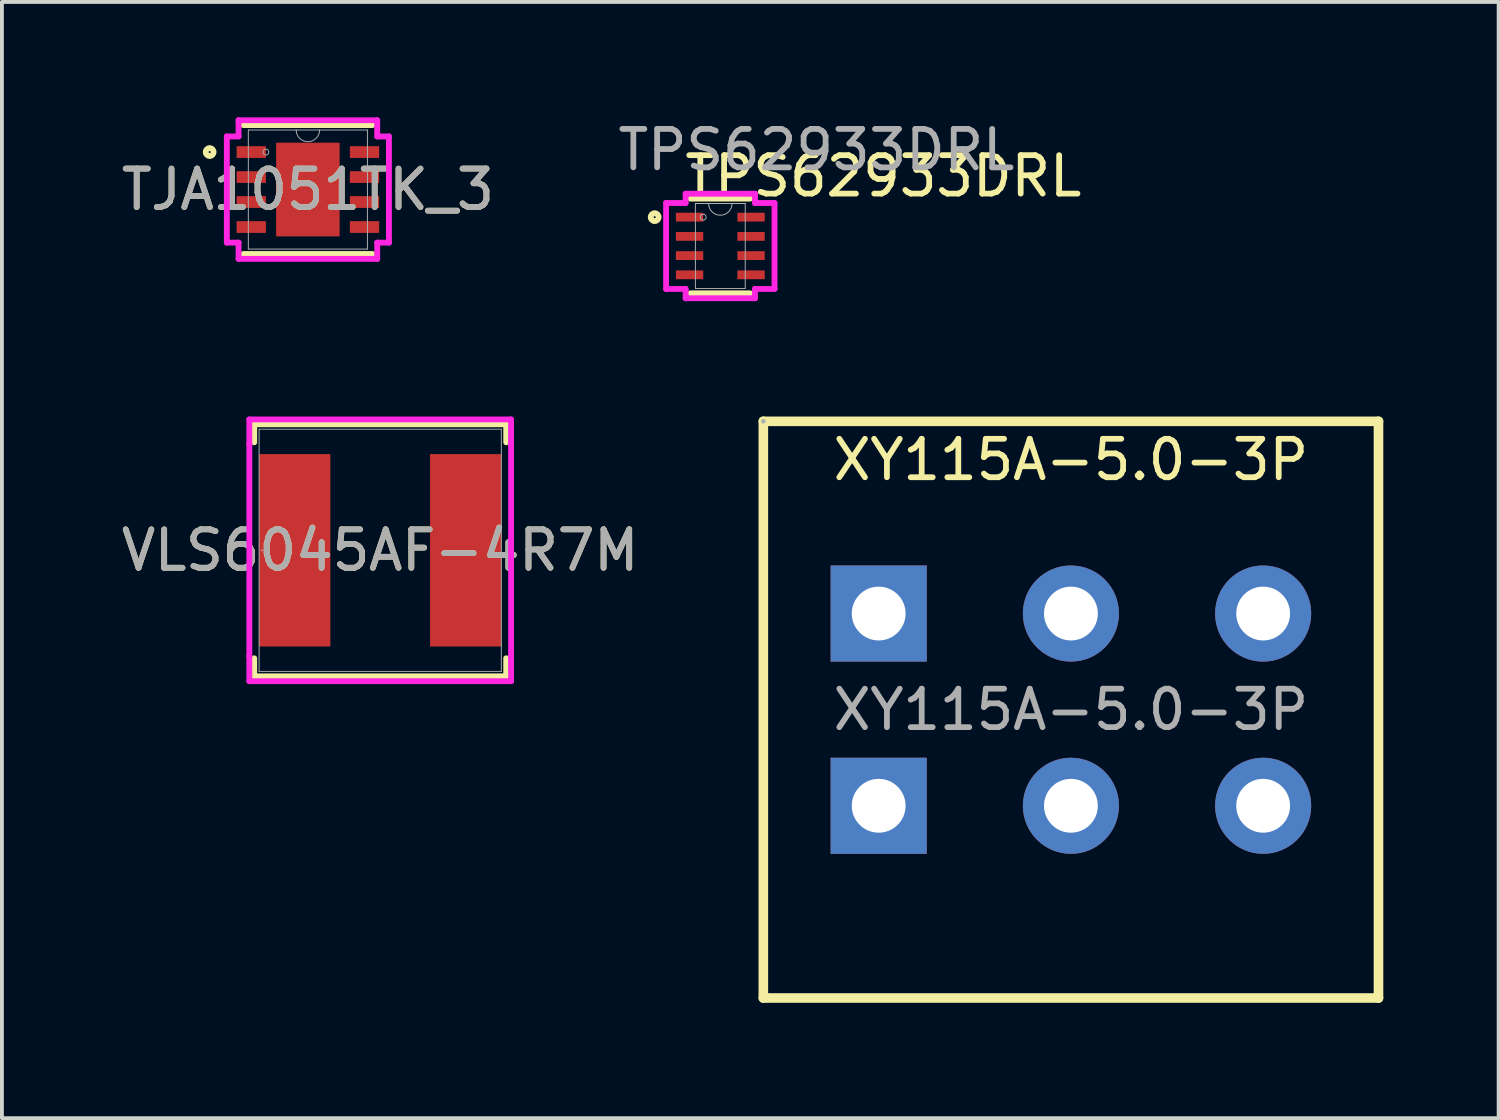
<source format=kicad_pcb>
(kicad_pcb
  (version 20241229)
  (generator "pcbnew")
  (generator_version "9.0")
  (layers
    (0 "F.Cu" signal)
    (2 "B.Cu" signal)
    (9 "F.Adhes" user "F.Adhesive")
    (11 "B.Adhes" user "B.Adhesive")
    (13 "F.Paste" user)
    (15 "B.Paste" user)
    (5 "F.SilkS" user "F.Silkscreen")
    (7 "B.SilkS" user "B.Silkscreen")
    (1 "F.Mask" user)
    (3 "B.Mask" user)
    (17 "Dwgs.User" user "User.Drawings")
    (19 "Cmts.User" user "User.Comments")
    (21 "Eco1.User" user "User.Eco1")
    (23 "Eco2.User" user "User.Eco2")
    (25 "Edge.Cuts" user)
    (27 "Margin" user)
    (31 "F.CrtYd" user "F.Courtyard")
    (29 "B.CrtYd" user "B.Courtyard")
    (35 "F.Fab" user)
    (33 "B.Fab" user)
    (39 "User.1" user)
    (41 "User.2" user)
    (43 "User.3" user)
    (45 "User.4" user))
  (footprint "TPS62933DRL"
    (layer "F.Cu")
    (at 15.685 3.348)
    (property "Reference" "TPS62933DRL" (at -1 -1.232 0) (unlocked yes) (layer "F.SilkS") (effects (font (size 1 1) (thickness 0.15)) (justify left bottom)))
    (attr smd)
    (fp_line (start -0.775 1.232) (end 0.775 1.232) (stroke (width 0.152) (type solid)) (layer "F.SilkS"))
    (fp_line (start 0.775 -1.232) (end -0.775 -1.232) (stroke (width 0.152) (type solid)) (layer "F.SilkS"))
    (fp_circle (center -1.707 -0.75) (end -1.605 -0.75) (stroke (width 0.152) (type solid)) (fill no) (layer "F.SilkS"))
    (fp_line (start -1.41 -1.118) (end -0.902 -1.118) (stroke (width 0.152) (type solid)) (layer "F.CrtYd"))
    (fp_line (start -1.41 1.118) (end -1.41 -1.118) (stroke (width 0.152) (type solid)) (layer "F.CrtYd"))
    (fp_line (start -1.41 1.118) (end -0.902 1.118) (stroke (width 0.152) (type solid)) (layer "F.CrtYd"))
    (fp_line (start -0.902 -1.359) (end 0.902 -1.359) (stroke (width 0.152) (type solid)) (layer "F.CrtYd"))
    (fp_line (start -0.902 -1.118) (end -0.902 -1.359) (stroke (width 0.152) (type solid)) (layer "F.CrtYd"))
    (fp_line (start -0.902 1.359) (end -0.902 1.118) (stroke (width 0.152) (type solid)) (layer "F.CrtYd"))
    (fp_line (start 0.902 -1.359) (end 0.902 -1.118) (stroke (width 0.152) (type solid)) (layer "F.CrtYd"))
    (fp_line (start 0.902 1.118) (end 0.902 1.359) (stroke (width 0.152) (type solid)) (layer "F.CrtYd"))
    (fp_line (start 0.902 1.359) (end -0.902 1.359) (stroke (width 0.152) (type solid)) (layer "F.CrtYd"))
    (fp_line (start 1.41 -1.118) (end 0.902 -1.118) (stroke (width 0.152) (type solid)) (layer "F.CrtYd"))
    (fp_line (start 1.41 -1.118) (end 1.41 1.118) (stroke (width 0.152) (type solid)) (layer "F.CrtYd"))
    (fp_line (start 1.41 1.118) (end 0.902 1.118) (stroke (width 0.152) (type solid)) (layer "F.CrtYd"))
    (fp_line (start -0.648 -1.105) (end -0.648 1.105) (stroke (width 0.025) (type solid)) (layer "F.Fab"))
    (fp_line (start -0.648 1.105) (end 0.648 1.105) (stroke (width 0.025) (type solid)) (layer "F.Fab"))
    (fp_line (start 0.648 -1.105) (end -0.648 -1.105) (stroke (width 0.025) (type solid)) (layer "F.Fab"))
    (fp_line (start 0.648 1.105) (end 0.648 -1.105) (stroke (width 0.025) (type solid)) (layer "F.Fab"))
    (fp_arc (start 0.3048 -1.1049) (mid 0 -0.8001) (end -0.3048 -1.1049) (stroke (width 0.0254) (type solid)) (layer "F.Fab"))
    (fp_circle (center -0.445 -0.75) (end -0.368 -0.75) (stroke (width 0.025) (type solid)) (fill no) (layer "F.Fab"))
    (fp_text user "${REFERENCE}" (at 2.5 -2.5 0) (unlocked yes) (layer "F.Fab") (effects (font (size 1 1) (thickness 0.15))))
    (pad "1" smd rect (at -0.8 -0.75) (size 0.711 0.229) (layers "F.Cu" "F.Mask" "F.Paste"))
    (pad "2" smd rect (at -0.8 -0.25) (size 0.711 0.229) (layers "F.Cu" "F.Mask" "F.Paste"))
    (pad "3" smd rect (at -0.8 0.25) (size 0.711 0.229) (layers "F.Cu" "F.Mask" "F.Paste"))
    (pad "4" smd rect (at -0.8 0.75) (size 0.711 0.229) (layers "F.Cu" "F.Mask" "F.Paste"))
    (pad "5" smd rect (at 0.8 0.75) (size 0.711 0.229) (layers "F.Cu" "F.Mask" "F.Paste"))
    (pad "6" smd rect (at 0.8 0.25) (size 0.711 0.229) (layers "F.Cu" "F.Mask" "F.Paste"))
    (pad "7" smd rect (at 0.8 -0.25) (size 0.711 0.229) (layers "F.Cu" "F.Mask" "F.Paste"))
    (pad "8" smd rect (at 0.8 -0.75) (size 0.711 0.229) (layers "F.Cu" "F.Mask" "F.Paste")))
  (footprint "XY115A-5.0-3P"
    (layer "F.Cu")
    (at 24.804 15.408)
    (property "Reference" "XY115A-5.0-3P" (at 0 -6.5 0) (layer "F.SilkS") (effects (font (size 1 1) (thickness 0.15))))
    (attr through_hole)
    (fp_line (start -8 -7.5) (end -8 7.5) (stroke (width 0.25) (type solid)) (layer "F.SilkS"))
    (fp_line (start -8 -7.5) (end 8 -7.5) (stroke (width 0.25) (type solid)) (layer "F.SilkS"))
    (fp_line (start -8 7.5) (end 8 7.5) (stroke (width 0.25) (type solid)) (layer "F.SilkS"))
    (fp_line (start 8 -7.5) (end 8 7.5) (stroke (width 0.25) (type solid)) (layer "F.SilkS"))
    (fp_circle (center -8 -7.5) (end -7.97 -7.5) (stroke (width 0.06) (type solid)) (fill no) (layer "F.Fab"))
    (fp_text user "${REFERENCE}" (at 0 0 0) (layer "F.Fab") (effects (font (size 1 1) (thickness 0.15))))
    (pad "1" thru_hole rect (at -5 -2.5) (size 2.5 2.5) (drill 1.4) (layers "*.Cu" "*.Mask"))
    (pad "1" thru_hole rect (at -5 2.5) (size 2.5 2.5) (drill 1.4) (layers "*.Cu" "*.Mask"))
    (pad "2" thru_hole circle (at 0 -2.5) (size 2.5 2.5) (drill 1.4) (layers "*.Cu" "*.Mask"))
    (pad "2" thru_hole circle (at 0 2.5) (size 2.5 2.5) (drill 1.4) (layers "*.Cu" "*.Mask"))
    (pad "3" thru_hole circle (at 5 -2.5) (size 2.5 2.5) (drill 1.4) (layers "*.Cu" "*.Mask"))
    (pad "3" thru_hole circle (at 5 2.5) (size 2.5 2.5) (drill 1.4) (layers "*.Cu" "*.Mask")))
  (footprint "TJA1051TK_3"
    (layer "F.Cu")
    (at 4.958 1.88)
    (property "Reference" "TJA1051TK_3" (at 0 0 0) (unlocked yes) (layer "F.SilkS") (effects (font (size 1 1) (thickness 0.15))))
    (attr smd)
    (fp_line (start -1.676 1.676) (end 1.676 1.676) (stroke (width 0.152) (type solid)) (layer "F.SilkS"))
    (fp_line (start 1.676 -1.676) (end -1.676 -1.676) (stroke (width 0.152) (type solid)) (layer "F.SilkS"))
    (fp_circle (center -2.555 -0.975) (end -2.453 -0.975) (stroke (width 0.152) (type solid)) (fill no) (layer "F.SilkS"))
    (fp_line (start -2.108 -1.381) (end -1.803 -1.381) (stroke (width 0.152) (type solid)) (layer "F.CrtYd"))
    (fp_line (start -2.108 1.381) (end -2.108 -1.381) (stroke (width 0.152) (type solid)) (layer "F.CrtYd"))
    (fp_line (start -2.108 1.381) (end -1.803 1.381) (stroke (width 0.152) (type solid)) (layer "F.CrtYd"))
    (fp_line (start -1.803 -1.803) (end 1.803 -1.803) (stroke (width 0.152) (type solid)) (layer "F.CrtYd"))
    (fp_line (start -1.803 -1.381) (end -1.803 -1.803) (stroke (width 0.152) (type solid)) (layer "F.CrtYd"))
    (fp_line (start -1.803 1.803) (end -1.803 1.381) (stroke (width 0.152) (type solid)) (layer "F.CrtYd"))
    (fp_line (start 1.803 -1.803) (end 1.803 -1.381) (stroke (width 0.152) (type solid)) (layer "F.CrtYd"))
    (fp_line (start 1.803 1.381) (end 1.803 1.803) (stroke (width 0.152) (type solid)) (layer "F.CrtYd"))
    (fp_line (start 1.803 1.803) (end -1.803 1.803) (stroke (width 0.152) (type solid)) (layer "F.CrtYd"))
    (fp_line (start 2.108 -1.381) (end 1.803 -1.381) (stroke (width 0.152) (type solid)) (layer "F.CrtYd"))
    (fp_line (start 2.108 -1.381) (end 2.108 1.381) (stroke (width 0.152) (type solid)) (layer "F.CrtYd"))
    (fp_line (start 2.108 1.381) (end 1.803 1.381) (stroke (width 0.152) (type solid)) (layer "F.CrtYd"))
    (fp_line (start -1.549 -1.549) (end -1.549 1.549) (stroke (width 0.025) (type solid)) (layer "F.Fab"))
    (fp_line (start -1.549 1.549) (end 1.549 1.549) (stroke (width 0.025) (type solid)) (layer "F.Fab"))
    (fp_line (start 1.549 -1.549) (end -1.549 -1.549) (stroke (width 0.025) (type solid)) (layer "F.Fab"))
    (fp_line (start 1.549 1.549) (end 1.549 -1.549) (stroke (width 0.025) (type solid)) (layer "F.Fab"))
    (fp_arc (start 0.3048 -1.5494) (mid 0 -1.2446) (end -0.3048 -1.5494) (stroke (width 0.0254) (type solid)) (layer "F.Fab"))
    (fp_circle (center -1.092 -0.975) (end -1.016 -0.975) (stroke (width 0.025) (type solid)) (fill no) (layer "F.Fab"))
    (fp_text user "${REFERENCE}" (at 0 0 0) (unlocked yes) (layer "F.Fab") (effects (font (size 1 1) (thickness 0.15))))
    (pad "1" smd rect (at -1.473 -0.975) (size 0.762 0.305) (layers "F.Cu" "F.Mask" "F.Paste"))
    (pad "2" smd rect (at -1.473 -0.325) (size 0.762 0.305) (layers "F.Cu" "F.Mask" "F.Paste"))
    (pad "3" smd rect (at -1.473 0.325) (size 0.762 0.305) (layers "F.Cu" "F.Mask" "F.Paste"))
    (pad "4" smd rect (at -1.473 0.975) (size 0.762 0.305) (layers "F.Cu" "F.Mask" "F.Paste"))
    (pad "5" smd rect (at 1.473 0.975) (size 0.762 0.305) (layers "F.Cu" "F.Mask" "F.Paste"))
    (pad "6" smd rect (at 1.473 0.325) (size 0.762 0.305) (layers "F.Cu" "F.Mask" "F.Paste"))
    (pad "7" smd rect (at 1.473 -0.325) (size 0.762 0.305) (layers "F.Cu" "F.Mask" "F.Paste"))
    (pad "8" smd rect (at 1.473 -0.975) (size 0.762 0.305) (layers "F.Cu" "F.Mask" "F.Paste"))
    (pad "9" smd rect (at 0 0) (size 1.651 2.438) (layers "F.Cu" "F.Mask" "F.Paste")))
  (footprint "VLS6045AF-4R7M"
    (layer "F.Cu")
    (at 6.839 11.263)
    (property "Reference" "VLS6045AF-4R7M" (at 0 0 0) (unlocked yes) (layer "F.SilkS") (effects (font (size 1 1) (thickness 0.15))))
    (attr smd)
    (fp_line (start -3.277 -3.277) (end -3.277 -2.809) (stroke (width 0.152) (type solid)) (layer "F.SilkS"))
    (fp_line (start -3.277 2.809) (end -3.277 3.277) (stroke (width 0.152) (type solid)) (layer "F.SilkS"))
    (fp_line (start -3.277 3.277) (end 3.277 3.277) (stroke (width 0.152) (type solid)) (layer "F.SilkS"))
    (fp_line (start 3.277 -3.277) (end -3.277 -3.277) (stroke (width 0.152) (type solid)) (layer "F.SilkS"))
    (fp_line (start 3.277 -2.809) (end 3.277 -3.277) (stroke (width 0.152) (type solid)) (layer "F.SilkS"))
    (fp_line (start 3.277 3.277) (end 3.277 2.809) (stroke (width 0.152) (type solid)) (layer "F.SilkS"))
    (fp_line (start -3.404 -3.404) (end 3.404 -3.404) (stroke (width 0.152) (type solid)) (layer "F.CrtYd"))
    (fp_line (start -3.404 -2.756) (end -3.404 -3.404) (stroke (width 0.152) (type solid)) (layer "F.CrtYd"))
    (fp_line (start -3.404 -2.756) (end -3.404 -2.756) (stroke (width 0.152) (type solid)) (layer "F.CrtYd"))
    (fp_line (start -3.404 2.756) (end -3.404 -2.756) (stroke (width 0.152) (type solid)) (layer "F.CrtYd"))
    (fp_line (start -3.404 2.756) (end -3.404 2.756) (stroke (width 0.152) (type solid)) (layer "F.CrtYd"))
    (fp_line (start -3.404 3.404) (end -3.404 2.756) (stroke (width 0.152) (type solid)) (layer "F.CrtYd"))
    (fp_line (start 3.404 -3.404) (end 3.404 -2.756) (stroke (width 0.152) (type solid)) (layer "F.CrtYd"))
    (fp_line (start 3.404 -2.756) (end 3.404 -2.756) (stroke (width 0.152) (type solid)) (layer "F.CrtYd"))
    (fp_line (start 3.404 -2.756) (end 3.404 2.756) (stroke (width 0.152) (type solid)) (layer "F.CrtYd"))
    (fp_line (start 3.404 2.756) (end 3.404 2.756) (stroke (width 0.152) (type solid)) (layer "F.CrtYd"))
    (fp_line (start 3.404 2.756) (end 3.404 3.404) (stroke (width 0.152) (type solid)) (layer "F.CrtYd"))
    (fp_line (start 3.404 3.404) (end -3.404 3.404) (stroke (width 0.152) (type solid)) (layer "F.CrtYd"))
    (fp_line (start -3.15 -3.15) (end -3.15 3.15) (stroke (width 0.025) (type solid)) (layer "F.Fab"))
    (fp_line (start -3.15 3.15) (end 3.15 3.15) (stroke (width 0.025) (type solid)) (layer "F.Fab"))
    (fp_line (start 3.15 -3.15) (end -3.15 -3.15) (stroke (width 0.025) (type solid)) (layer "F.Fab"))
    (fp_line (start 3.15 3.15) (end 3.15 -3.15) (stroke (width 0.025) (type solid)) (layer "F.Fab"))
    (fp_circle (center -3.073 0) (end -3.073 0) (stroke (width 0.025) (type solid)) (fill no) (layer "F.Fab"))
    (fp_text user "${REFERENCE}" (at 0 0 0) (unlocked yes) (layer "F.Fab") (effects (font (size 1 1) (thickness 0.15))))
    (pad "1" smd rect (at -2.223 0) (size 1.854 5.004) (layers "F.Cu" "F.Mask" "F.Paste"))
    (pad "2" smd rect (at 2.223 0) (size 1.854 5.004) (layers "F.Cu" "F.Mask" "F.Paste")))
  (gr_rect
    (start -3 -3)
    (end 35.929 26.033)
    (stroke (width 0.1) (type default))
    (fill no)
    (layer "Edge.Cuts")))
</source>
